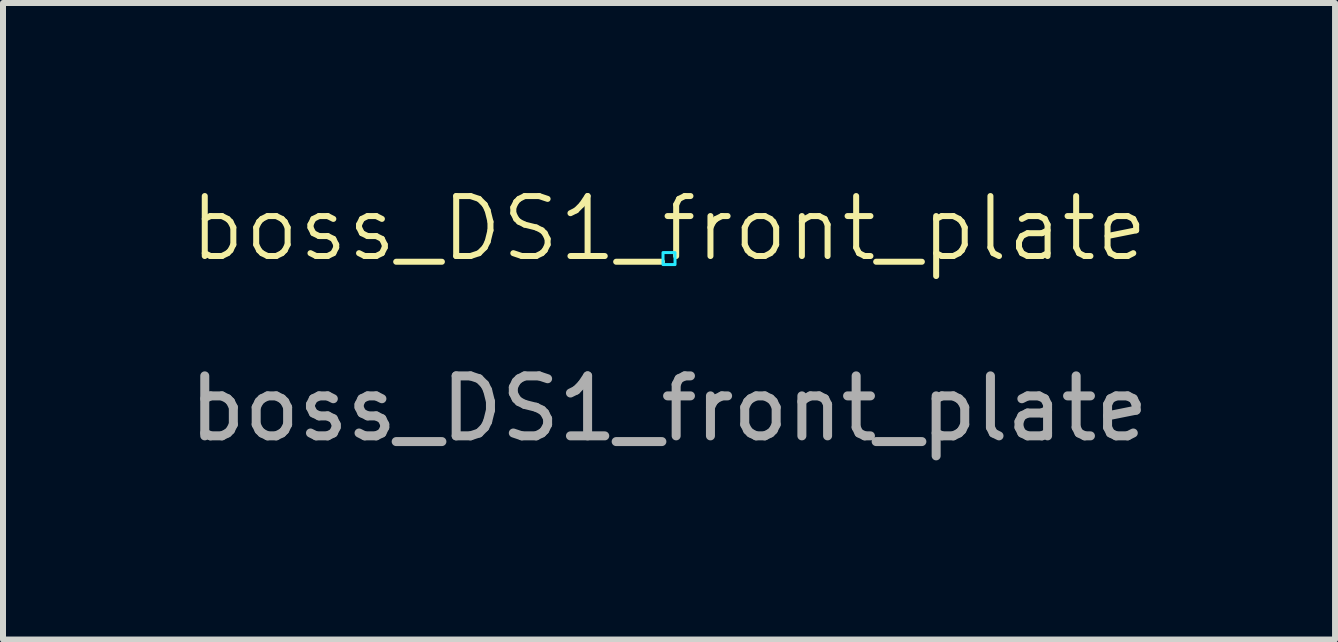
<source format=kicad_pcb>
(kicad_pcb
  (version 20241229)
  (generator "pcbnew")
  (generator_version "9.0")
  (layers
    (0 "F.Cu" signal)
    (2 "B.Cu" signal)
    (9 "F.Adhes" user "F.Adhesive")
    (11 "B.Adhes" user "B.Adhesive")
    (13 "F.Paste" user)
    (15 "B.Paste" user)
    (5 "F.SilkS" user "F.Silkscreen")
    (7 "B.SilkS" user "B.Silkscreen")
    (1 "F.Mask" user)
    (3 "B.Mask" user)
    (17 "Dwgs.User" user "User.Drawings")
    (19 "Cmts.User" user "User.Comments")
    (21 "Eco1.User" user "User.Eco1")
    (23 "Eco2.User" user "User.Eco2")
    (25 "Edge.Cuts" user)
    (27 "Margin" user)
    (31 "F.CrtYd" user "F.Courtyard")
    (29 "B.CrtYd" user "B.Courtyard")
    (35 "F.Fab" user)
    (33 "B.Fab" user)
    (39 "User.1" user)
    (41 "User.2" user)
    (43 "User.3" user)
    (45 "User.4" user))
  (footprint "boss_DS1_front_plate"
    (layer "F.Cu")
    (at 8.101 1.26)
    (property "Reference" "boss_DS1_front_plate" (at 0 -0.5 0) (unlocked yes) (layer "F.SilkS") (effects (font (size 1 1) (thickness 0.1))))
    (attr through_hole)
    (fp_rect (start -0.1 -0.1) (end 0.1 0.1) (stroke (width 0.05) (type default)) (fill no) (layer "B.CrtYd"))
    (fp_text user "${REFERENCE}" (at 0 2.5 0) (unlocked yes) (layer "F.Fab") (effects (font (size 1 1) (thickness 0.15)))))
  (gr_rect
    (start -3 -3)
    (end 19.202 7.609)
    (stroke (width 0.1) (type default))
    (fill no)
    (layer "Edge.Cuts")))
</source>
